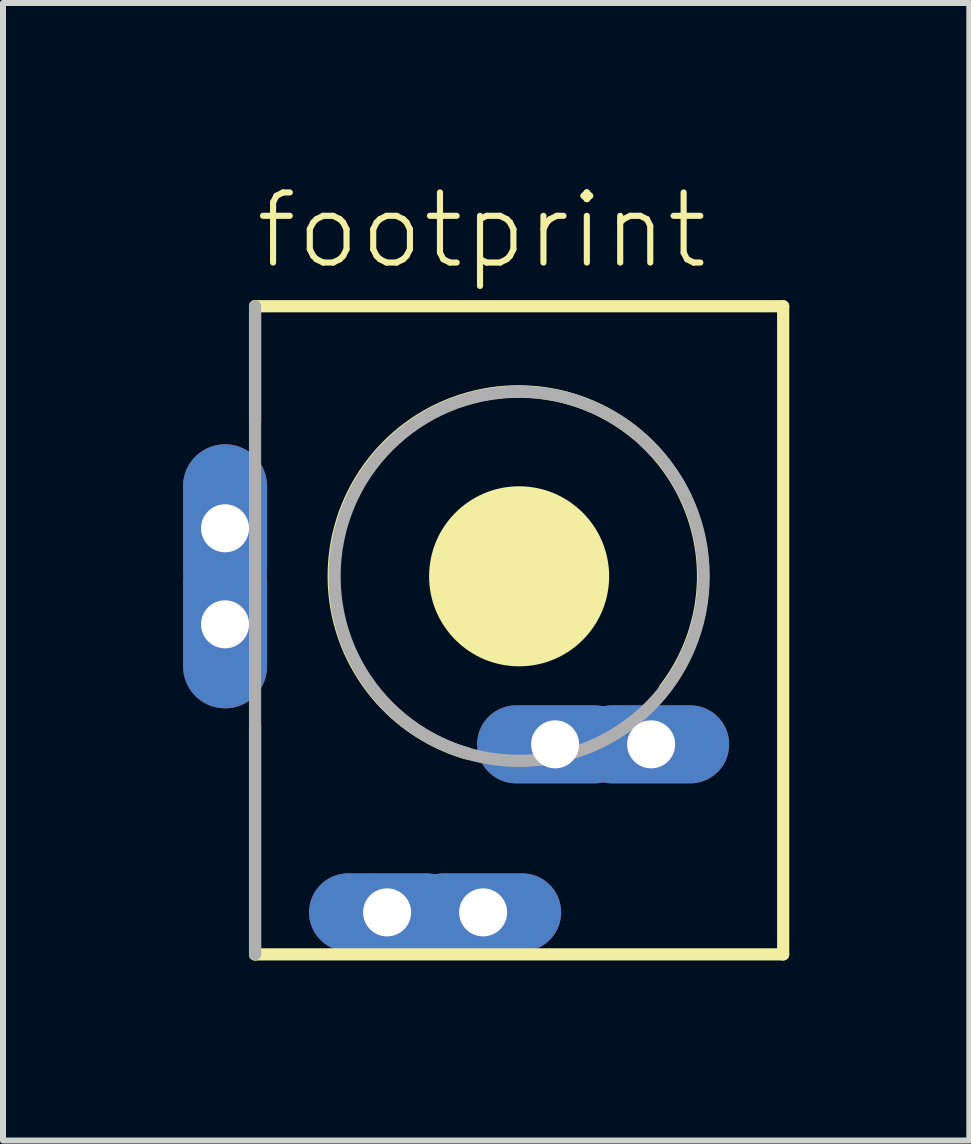
<source format=kicad_pcb>
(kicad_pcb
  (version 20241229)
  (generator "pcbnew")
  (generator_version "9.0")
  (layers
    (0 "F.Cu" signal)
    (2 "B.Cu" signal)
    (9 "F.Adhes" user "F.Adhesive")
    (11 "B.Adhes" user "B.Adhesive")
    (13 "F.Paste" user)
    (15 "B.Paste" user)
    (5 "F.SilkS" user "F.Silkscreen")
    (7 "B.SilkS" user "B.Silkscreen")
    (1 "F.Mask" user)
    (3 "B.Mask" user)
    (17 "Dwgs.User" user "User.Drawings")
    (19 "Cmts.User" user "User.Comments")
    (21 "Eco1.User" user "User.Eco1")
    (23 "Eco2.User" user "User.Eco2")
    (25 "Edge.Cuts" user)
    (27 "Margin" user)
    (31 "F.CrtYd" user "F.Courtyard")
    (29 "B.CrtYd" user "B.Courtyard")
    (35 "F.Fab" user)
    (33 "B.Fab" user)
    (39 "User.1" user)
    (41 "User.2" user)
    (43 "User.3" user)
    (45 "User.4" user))
  (footprint "footprint"
    (layer "F.Cu")
    (at 5.6 6.553)
    (property "Reference" "footprint" (at -4.445 -5.08 0) (layer "F.SilkS") (effects (font (size 1.168 1.168) (thickness 0.102)) (justify left bottom)))
    (fp_line (start -4.4 -2.59) (end -4.4 -4.5) (stroke (width 0.203) (type solid)) (layer "F.SilkS"))
    (fp_line (start -4.4 6.3) (end -4.4 2.485) (stroke (width 0.203) (type solid)) (layer "F.SilkS"))
    (fp_line (start 4.4 -4.5) (end -4.4 -4.5) (stroke (width 0.203) (type solid)) (layer "F.SilkS"))
    (fp_line (start 4.4 -4.5) (end 4.4 6.3) (stroke (width 0.203) (type solid)) (layer "F.SilkS"))
    (fp_line (start 4.4 6.3) (end -4.4 6.3) (stroke (width 0.203) (type solid)) (layer "F.SilkS"))
    (fp_arc (start -0.875 2.95) (mid -0.965445 -2.930266) (end 2.425 1.875001) (stroke (width 0.2032) (type solid)) (layer "F.SilkS"))
    (fp_circle (center 0 0) (end 0.75 0) (stroke (width 1.5) (type solid)) (fill yes) (layer "F.SilkS"))
    (fp_line (start -4.4 6.3) (end -4.4 -4.5) (stroke (width 0.203) (type solid)) (layer "F.Fab"))
    (fp_circle (center 0 0) (end 3.075 0) (stroke (width 0.203) (type solid)) (fill no) (layer "F.Fab"))
    (pad "1" thru_hole oval (at -4.9 -0.8 270) (size 2.8 1.4) (drill 0.8) (layers "*.Cu" "*.Mask"))
    (pad "1@1" thru_hole oval (at -4.9 0.8 270) (size 2.8 1.4) (drill 0.8) (layers "*.Cu" "*.Mask"))
    (pad "2" thru_hole oval (at -2.2 5.6 180) (size 2.6 1.3) (drill 0.8) (layers "*.Cu" "*.Mask"))
    (pad "2@1" thru_hole oval (at -0.6 5.6 180) (size 2.6 1.3) (drill 0.8) (layers "*.Cu" "*.Mask"))
    (pad "3" thru_hole oval (at 0.6 2.8 180) (size 2.6 1.3) (drill 0.8) (layers "*.Cu" "*.Mask"))
    (pad "3@1" thru_hole oval (at 2.2 2.8 180) (size 2.6 1.3) (drill 0.8) (layers "*.Cu" "*.Mask")))
  (gr_rect
    (start -3 -3)
    (end 13.102 15.955)
    (stroke (width 0.1) (type default))
    (fill no)
    (layer "Edge.Cuts")))
</source>
